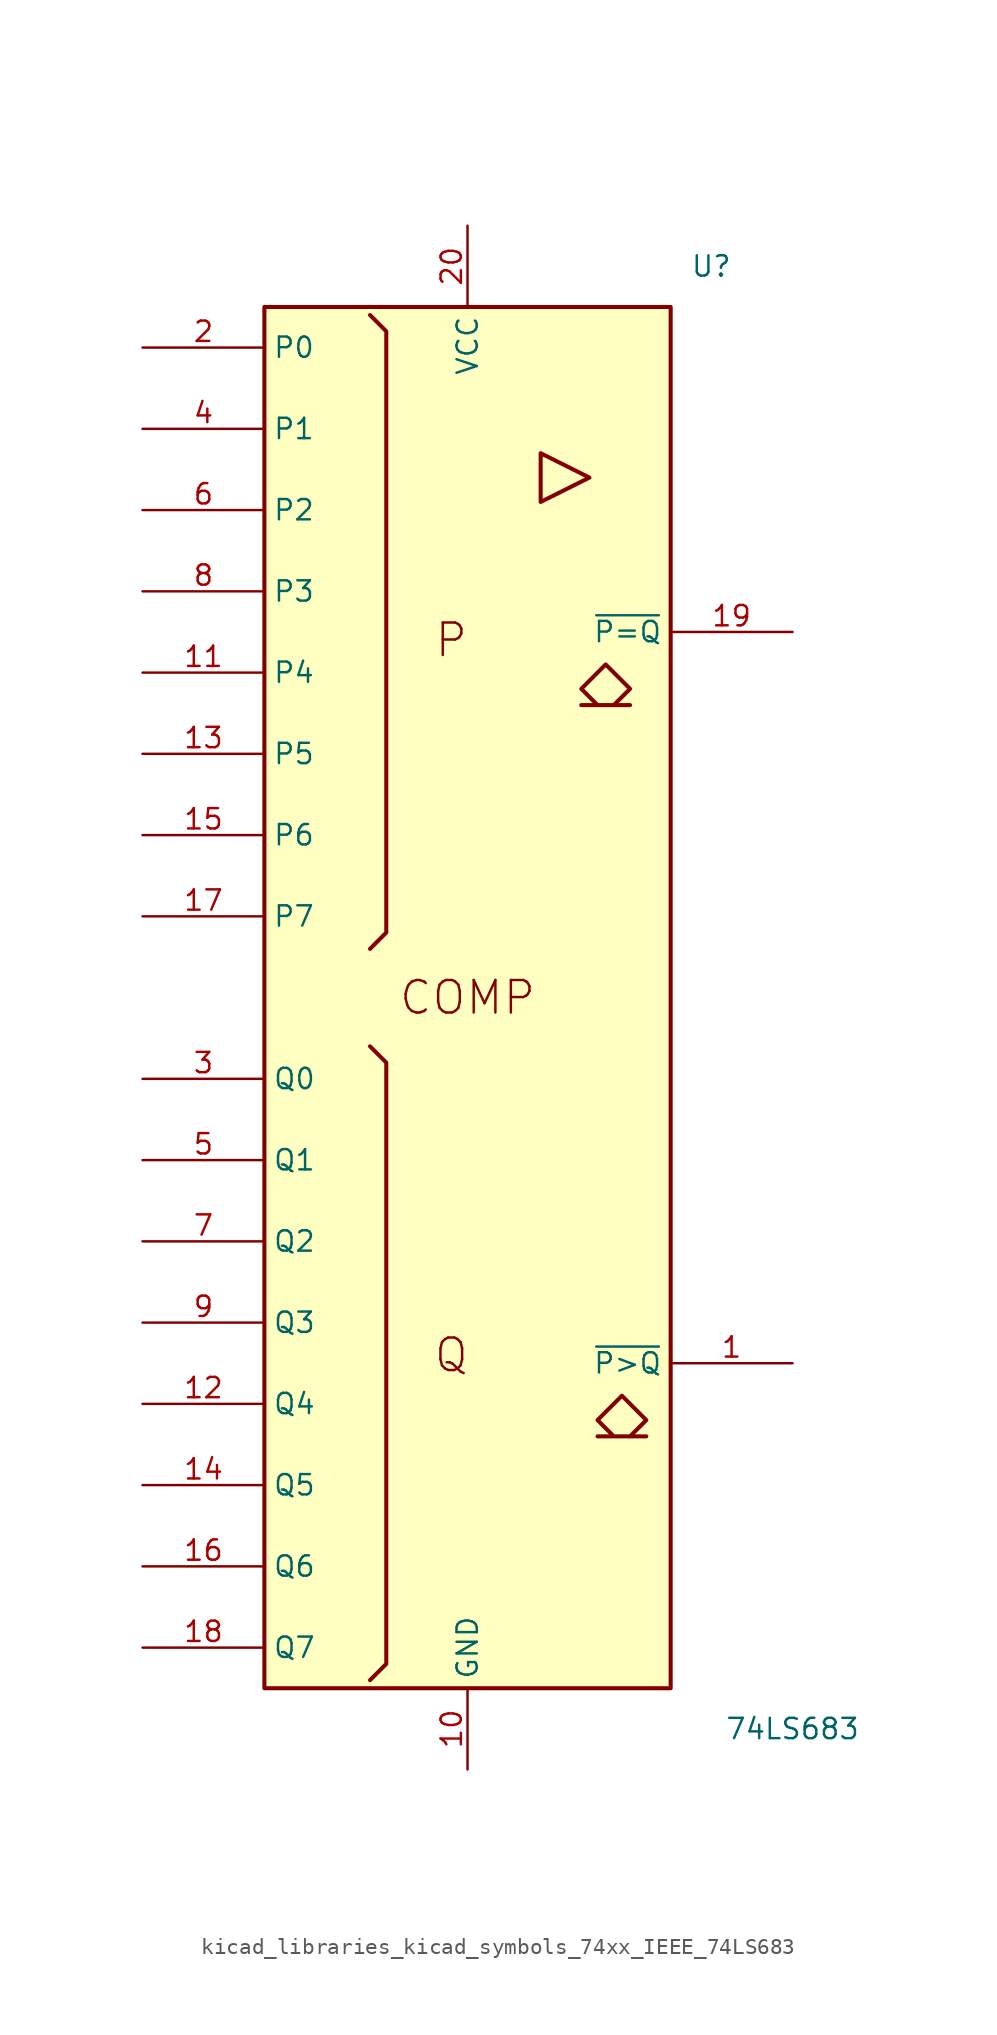
<source format=kicad_sym>
(kicad_symbol_lib
  (version 20220914)
  (generator kicad_symbol_editor)
  (symbol "kicad_libraries_kicad_symbols_74xx_IEEE_74LS683"
    (property "Reference" "U"
      (at 15.24 45.72 0)
      (effects (font (size 1.27 1.27))))
    (property "Value" "74LS683"
      (at 20.32 -45.72 0)
      (effects (font (size 1.27 1.27))))
    (symbol "kicad_libraries_kicad_symbols_74xx_IEEE_74LS683_0_0"
      (polyline (pts (xy 4.572 34.036) (xy 4.572 30.988) (xy 7.62 32.512) (xy 4.572 34.036) (xy 4.572 34.036)) (stroke (width 0.254) (type default)) (fill (type background)))
      (polyline (pts (xy 8.636 20.828) (xy 10.16 19.304) (xy 9.144 18.288) (xy 10.16 18.288) (xy 7.112 18.288) (xy 8.128 18.288) (xy 7.112 19.304) (xy 8.636 20.828) (xy 8.636 20.828)) (stroke (width 0.254) (type default)) (fill (type background)))
      (polyline (pts (xy 9.652 -24.892) (xy 11.176 -26.416) (xy 10.16 -27.432) (xy 11.176 -27.432) (xy 8.128 -27.432) (xy 9.144 -27.432) (xy 8.128 -26.416) (xy 9.652 -24.892) (xy 9.652 -24.892)) (stroke (width 0.254) (type default)) (fill (type background)))
      (text "COMP" (at 0 0 0) (effects (font (size 2.032 2.032))))
      (text "P" (at -1.016 22.352 0) (effects (font (size 2.032 2.032))))
      (text "Q" (at -1.016 -22.352 0) (effects (font (size 2.032 2.032)))))
    (symbol "kicad_libraries_kicad_symbols_74xx_IEEE_74LS683_0_1"
      (rectangle (start -12.7 43.18) (end 12.7 -43.18) (stroke (width 0.254) (type default)) (fill (type background)))
      (polyline (pts (xy -6.096 -3.048) (xy -5.08 -4.064) (xy -5.08 -41.656) (xy -6.096 -42.672) (xy -6.096 -42.672)) (stroke (width 0.254) (type default)) (fill (type background)))
      (polyline (pts (xy -6.096 42.672) (xy -5.08 41.656) (xy -5.08 4.064) (xy -6.096 3.048) (xy -6.096 3.048)) (stroke (width 0.254) (type default)) (fill (type background))))
    (symbol "kicad_libraries_kicad_symbols_74xx_IEEE_74LS683_1_1"
      (pin output line (at 20.32 -22.86 180) (length 7.62) (name "~{P>Q}" (effects (font (size 1.27 1.27)))) (number "1" (effects (font (size 1.27 1.27)))))
      (pin power_in line (at 0 -48.26 90) (length 5.08) (name "GND" (effects (font (size 1.27 1.27)))) (number "10" (effects (font (size 1.27 1.27)))))
      (pin input line (at -20.32 20.32 0) (length 7.62) (name "P4" (effects (font (size 1.27 1.27)))) (number "11" (effects (font (size 1.27 1.27)))))
      (pin input line (at -20.32 -25.4 0) (length 7.62) (name "Q4" (effects (font (size 1.27 1.27)))) (number "12" (effects (font (size 1.27 1.27)))))
      (pin input line (at -20.32 15.24 0) (length 7.62) (name "P5" (effects (font (size 1.27 1.27)))) (number "13" (effects (font (size 1.27 1.27)))))
      (pin input line (at -20.32 -30.48 0) (length 7.62) (name "Q5" (effects (font (size 1.27 1.27)))) (number "14" (effects (font (size 1.27 1.27)))))
      (pin input line (at -20.32 10.16 0) (length 7.62) (name "P6" (effects (font (size 1.27 1.27)))) (number "15" (effects (font (size 1.27 1.27)))))
      (pin input line (at -20.32 -35.56 0) (length 7.62) (name "Q6" (effects (font (size 1.27 1.27)))) (number "16" (effects (font (size 1.27 1.27)))))
      (pin input line (at -20.32 5.08 0) (length 7.62) (name "P7" (effects (font (size 1.27 1.27)))) (number "17" (effects (font (size 1.27 1.27)))))
      (pin input line (at -20.32 -40.64 0) (length 7.62) (name "Q7" (effects (font (size 1.27 1.27)))) (number "18" (effects (font (size 1.27 1.27)))))
      (pin output line (at 20.32 22.86 180) (length 7.62) (name "~{P=Q}" (effects (font (size 1.27 1.27)))) (number "19" (effects (font (size 1.27 1.27)))))
      (pin input line (at -20.32 40.64 0) (length 7.62) (name "P0" (effects (font (size 1.27 1.27)))) (number "2" (effects (font (size 1.27 1.27)))))
      (pin power_in line (at 0 48.26 270) (length 5.08) (name "VCC" (effects (font (size 1.27 1.27)))) (number "20" (effects (font (size 1.27 1.27)))))
      (pin input line (at -20.32 -5.08 0) (length 7.62) (name "Q0" (effects (font (size 1.27 1.27)))) (number "3" (effects (font (size 1.27 1.27)))))
      (pin input line (at -20.32 35.56 0) (length 7.62) (name "P1" (effects (font (size 1.27 1.27)))) (number "4" (effects (font (size 1.27 1.27)))))
      (pin input line (at -20.32 -10.16 0) (length 7.62) (name "Q1" (effects (font (size 1.27 1.27)))) (number "5" (effects (font (size 1.27 1.27)))))
      (pin input line (at -20.32 30.48 0) (length 7.62) (name "P2" (effects (font (size 1.27 1.27)))) (number "6" (effects (font (size 1.27 1.27)))))
      (pin input line (at -20.32 -15.24 0) (length 7.62) (name "Q2" (effects (font (size 1.27 1.27)))) (number "7" (effects (font (size 1.27 1.27)))))
      (pin input line (at -20.32 25.4 0) (length 7.62) (name "P3" (effects (font (size 1.27 1.27)))) (number "8" (effects (font (size 1.27 1.27)))))
      (pin input line (at -20.32 -20.32 0) (length 7.62) (name "Q3" (effects (font (size 1.27 1.27)))) (number "9" (effects (font (size 1.27 1.27))))))))
</source>
